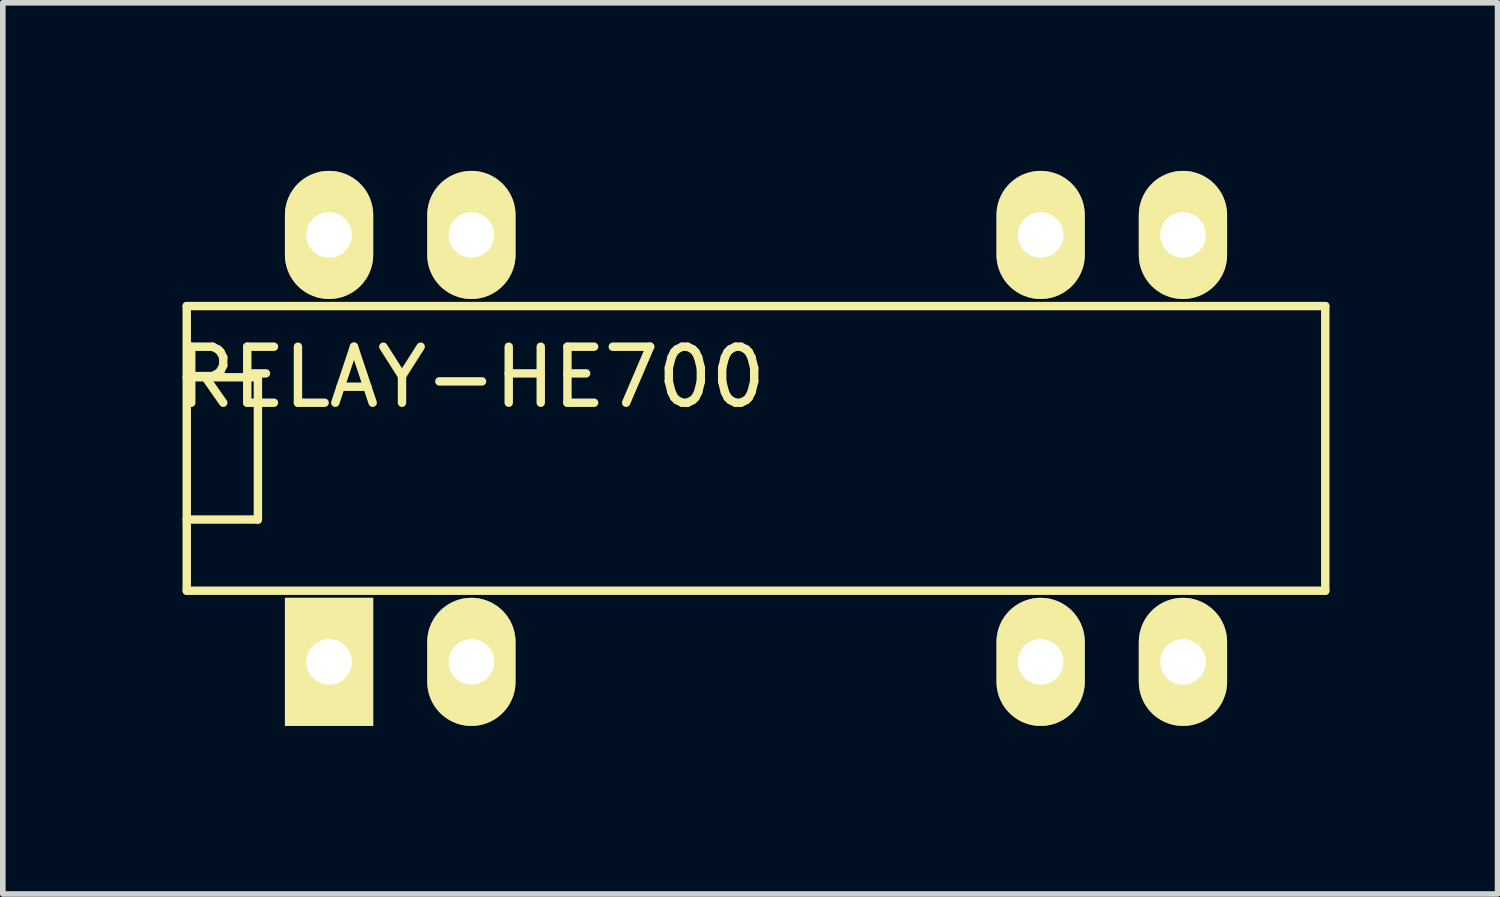
<source format=kicad_pcb>
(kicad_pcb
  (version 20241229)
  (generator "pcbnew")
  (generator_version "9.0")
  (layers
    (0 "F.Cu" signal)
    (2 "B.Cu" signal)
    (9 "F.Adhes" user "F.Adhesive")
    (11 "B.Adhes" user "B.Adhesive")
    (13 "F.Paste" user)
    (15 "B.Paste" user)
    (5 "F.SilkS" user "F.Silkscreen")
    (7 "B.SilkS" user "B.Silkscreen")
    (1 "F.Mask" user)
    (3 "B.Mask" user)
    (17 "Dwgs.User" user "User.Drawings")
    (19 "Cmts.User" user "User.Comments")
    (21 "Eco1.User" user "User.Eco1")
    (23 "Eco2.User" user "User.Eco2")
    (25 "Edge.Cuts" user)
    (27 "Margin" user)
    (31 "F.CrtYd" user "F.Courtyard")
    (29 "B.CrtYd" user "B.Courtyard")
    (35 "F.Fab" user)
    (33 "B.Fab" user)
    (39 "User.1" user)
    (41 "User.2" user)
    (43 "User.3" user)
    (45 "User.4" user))
  (footprint "RELAY-HE700"
    (layer "F.Cu")
    (at 10.443 4.953)
    (property "Reference" "RELAY-HE700" (at -5.08 -1.27 0) (layer "F.SilkS") (effects (font (size 1 1) (thickness 0.15))))
    (attr through_hole)
    (fp_line (start -10.16 -2.54) (end 10.16 -2.54) (stroke (width 0.15) (type solid)) (layer "F.SilkS"))
    (fp_line (start -10.16 -1.27) (end -8.89 -1.27) (stroke (width 0.15) (type solid)) (layer "F.SilkS"))
    (fp_line (start -10.16 2.54) (end -10.16 -2.54) (stroke (width 0.15) (type solid)) (layer "F.SilkS"))
    (fp_line (start -8.89 -1.27) (end -8.89 1.27) (stroke (width 0.15) (type solid)) (layer "F.SilkS"))
    (fp_line (start -8.89 1.27) (end -10.16 1.27) (stroke (width 0.15) (type solid)) (layer "F.SilkS"))
    (fp_line (start 10.16 -2.54) (end 10.16 2.54) (stroke (width 0.15) (type solid)) (layer "F.SilkS"))
    (fp_line (start 10.16 2.54) (end -10.16 2.54) (stroke (width 0.15) (type solid)) (layer "F.SilkS"))
    (pad "1" thru_hole rect (at -7.62 3.81) (size 1.575 2.286) (drill 0.813) (layers "*.Cu" "*.Mask" "F.SilkS"))
    (pad "2" thru_hole oval (at -5.08 3.81) (size 1.575 2.286) (drill 0.813) (layers "*.Cu" "*.Mask" "F.SilkS"))
    (pad "6" thru_hole oval (at 5.08 3.81) (size 1.575 2.286) (drill 0.813) (layers "*.Cu" "*.Mask" "F.SilkS"))
    (pad "7" thru_hole oval (at 7.62 3.81) (size 1.575 2.286) (drill 0.813) (layers "*.Cu" "*.Mask" "F.SilkS"))
    (pad "8" thru_hole oval (at 7.62 -3.81) (size 1.575 2.286) (drill 0.813) (layers "*.Cu" "*.Mask" "F.SilkS"))
    (pad "9" thru_hole oval (at 5.08 -3.81) (size 1.575 2.286) (drill 0.813) (layers "*.Cu" "*.Mask" "F.SilkS"))
    (pad "13" thru_hole oval (at -5.08 -3.81) (size 1.575 2.286) (drill 0.813) (layers "*.Cu" "*.Mask" "F.SilkS"))
    (pad "14" thru_hole oval (at -7.62 -3.81) (size 1.575 2.286) (drill 0.813) (layers "*.Cu" "*.Mask" "F.SilkS")))
  (gr_rect
    (start -3 -3)
    (end 23.678 12.906)
    (stroke (width 0.1) (type default))
    (fill no)
    (layer "Edge.Cuts")))
</source>
